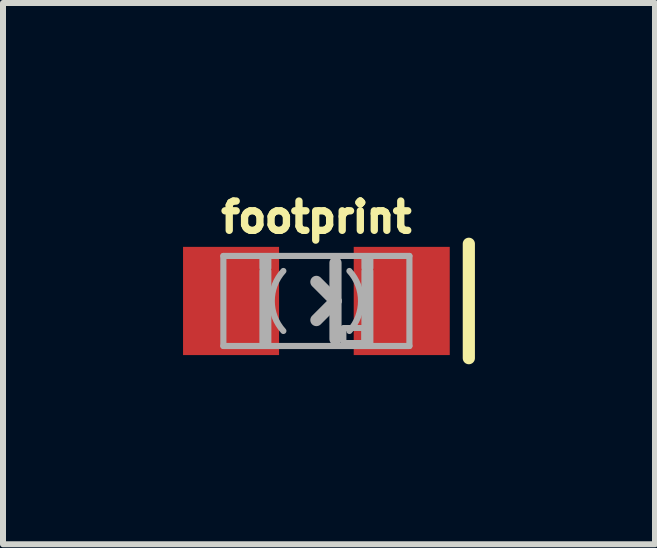
<source format=kicad_pcb>
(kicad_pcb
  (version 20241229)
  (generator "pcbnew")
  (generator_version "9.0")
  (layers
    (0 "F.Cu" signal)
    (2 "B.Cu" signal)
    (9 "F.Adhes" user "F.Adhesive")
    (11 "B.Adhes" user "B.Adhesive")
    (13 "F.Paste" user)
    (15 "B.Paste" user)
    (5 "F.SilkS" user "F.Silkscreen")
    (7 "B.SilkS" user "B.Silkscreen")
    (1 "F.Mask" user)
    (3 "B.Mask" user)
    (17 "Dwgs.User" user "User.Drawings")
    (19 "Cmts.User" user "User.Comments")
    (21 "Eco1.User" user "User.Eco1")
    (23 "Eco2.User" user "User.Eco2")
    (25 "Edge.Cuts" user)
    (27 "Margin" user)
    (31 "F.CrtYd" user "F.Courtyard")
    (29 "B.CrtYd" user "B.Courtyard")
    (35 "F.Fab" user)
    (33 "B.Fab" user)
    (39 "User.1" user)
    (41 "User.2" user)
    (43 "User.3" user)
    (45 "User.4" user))
  (footprint "footprint"
    (layer "F.Cu")
    (at 2.222 1.965)
    (property "Reference" "footprint" (at 0 -1.111 0) (layer "F.SilkS") (effects (font (size 0.488 0.488) (thickness 0.122)) (justify bottom)))
    (fp_line (start 2.54 -0.953) (end 2.54 0.953) (stroke (width 0.203) (type solid)) (layer "F.SilkS"))
    (fp_line (start -1.55 -0.75) (end 1.55 -0.75) (stroke (width 0.102) (type solid)) (layer "F.Fab"))
    (fp_line (start -1.55 0.75) (end -1.55 -0.75) (stroke (width 0.102) (type solid)) (layer "F.Fab"))
    (fp_line (start 0.318 -0.635) (end 0.318 0) (stroke (width 0.203) (type solid)) (layer "F.Fab"))
    (fp_line (start 0.318 0) (end 0 -0.318) (stroke (width 0.203) (type solid)) (layer "F.Fab"))
    (fp_line (start 0.318 0) (end 0 0.318) (stroke (width 0.203) (type solid)) (layer "F.Fab"))
    (fp_line (start 0.318 0) (end 0.318 0.635) (stroke (width 0.203) (type solid)) (layer "F.Fab"))
    (fp_line (start 1.55 -0.75) (end 1.55 0.75) (stroke (width 0.102) (type solid)) (layer "F.Fab"))
    (fp_line (start 1.55 0.75) (end -1.55 0.75) (stroke (width 0.102) (type solid)) (layer "F.Fab"))
    (fp_arc (start -0.55 0.5) (mid -0.743303 0) (end -0.55 -0.5) (stroke (width 0.1016) (type solid)) (layer "F.Fab"))
    (fp_arc (start 0.55 -0.5) (mid 0.743303 0) (end 0.55 0.5) (stroke (width 0.1016) (type solid)) (layer "F.Fab"))
    (fp_poly (pts (xy -0.9 -0.55) (xy -0.8 -0.55) (xy -0.8 -0.7) (xy -0.9 -0.7)) (stroke (width 0.1) (type solid)) (fill no) (layer "F.Fab"))
    (fp_poly (pts (xy -0.9 0.7) (xy -0.8 0.7) (xy -0.8 -0.5) (xy -0.9 -0.5)) (stroke (width 0.1) (type solid)) (fill no) (layer "F.Fab"))
    (fp_poly (pts (xy 0.45 0.7) (xy 0.8 0.7) (xy 0.8 0.45) (xy 0.45 0.45)) (stroke (width 0.1) (type solid)) (fill no) (layer "F.Fab"))
    (fp_poly (pts (xy 0.8 -0.55) (xy 0.9 -0.55) (xy 0.9 -0.7) (xy 0.8 -0.7)) (stroke (width 0.1) (type solid)) (fill no) (layer "F.Fab"))
    (fp_poly (pts (xy 0.8 0.7) (xy 0.9 0.7) (xy 0.9 -0.5) (xy 0.8 -0.5)) (stroke (width 0.1) (type solid)) (fill no) (layer "F.Fab"))
    (pad "A" smd rect (at -1.422 0) (size 1.6 1.803) (layers "F.Cu" "F.Mask" "F.Paste"))
    (pad "C" smd rect (at 1.422 0) (size 1.6 1.803) (layers "F.Cu" "F.Mask" "F.Paste")))
  (gr_rect
    (start -3 -3)
    (end 7.864 6.019)
    (stroke (width 0.1) (type default))
    (fill no)
    (layer "Edge.Cuts")))
</source>
